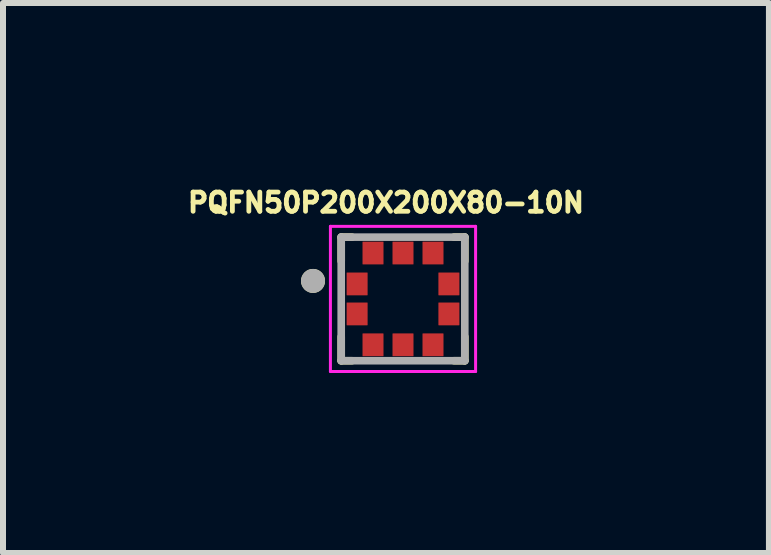
<source format=kicad_pcb>
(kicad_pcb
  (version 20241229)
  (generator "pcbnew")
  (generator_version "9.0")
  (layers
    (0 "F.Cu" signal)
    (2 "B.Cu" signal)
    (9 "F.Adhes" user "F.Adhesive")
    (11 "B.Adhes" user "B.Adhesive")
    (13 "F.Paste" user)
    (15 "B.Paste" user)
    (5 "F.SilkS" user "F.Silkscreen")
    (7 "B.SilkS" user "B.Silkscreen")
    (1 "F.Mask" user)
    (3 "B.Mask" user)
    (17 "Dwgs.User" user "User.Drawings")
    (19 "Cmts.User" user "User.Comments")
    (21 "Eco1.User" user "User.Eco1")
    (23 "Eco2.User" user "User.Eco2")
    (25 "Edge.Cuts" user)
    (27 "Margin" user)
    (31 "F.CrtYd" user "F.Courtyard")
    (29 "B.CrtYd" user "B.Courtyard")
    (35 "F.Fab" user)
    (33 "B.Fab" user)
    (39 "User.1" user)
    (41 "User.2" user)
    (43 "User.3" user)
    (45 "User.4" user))
  (footprint "PQFN50P200X200X80-10N"
    (layer "F.Cu")
    (at 3.668 1.933)
    (property "Reference" "PQFN50P200X200X80-10N" (at -0.284 -1.605 0) (layer "F.SilkS") (effects (font (size 0.32 0.32) (thickness 0.15))))
    (attr smd)
    (fp_line (start -1.03 -1.03) (end -0.85 -1.03) (stroke (width 0.127) (type solid)) (layer "F.SilkS"))
    (fp_line (start -1.03 -0.63) (end -1.03 -1.03) (stroke (width 0.127) (type solid)) (layer "F.SilkS"))
    (fp_line (start -1.03 1.03) (end -1.03 0.63) (stroke (width 0.127) (type solid)) (layer "F.SilkS"))
    (fp_line (start -0.85 1.03) (end -1.03 1.03) (stroke (width 0.127) (type solid)) (layer "F.SilkS"))
    (fp_line (start 0.85 -1.03) (end 1.03 -1.03) (stroke (width 0.127) (type solid)) (layer "F.SilkS"))
    (fp_line (start 0.85 1.03) (end 1.03 1.03) (stroke (width 0.127) (type solid)) (layer "F.SilkS"))
    (fp_line (start 1.03 -1.03) (end 1.03 -0.63) (stroke (width 0.127) (type solid)) (layer "F.SilkS"))
    (fp_line (start 1.03 1.03) (end 1.03 0.63) (stroke (width 0.127) (type solid)) (layer "F.SilkS"))
    (fp_circle (center -1.5 -0.3) (end -1.4 -0.3) (stroke (width 0.2) (type solid)) (fill no) (layer "F.SilkS"))
    (fp_line (start -1.21 -1.21) (end 1.21 -1.21) (stroke (width 0.05) (type solid)) (layer "F.CrtYd"))
    (fp_line (start -1.21 1.21) (end -1.21 -1.21) (stroke (width 0.05) (type solid)) (layer "F.CrtYd"))
    (fp_line (start 1.21 -1.21) (end 1.21 1.21) (stroke (width 0.05) (type solid)) (layer "F.CrtYd"))
    (fp_line (start 1.21 1.21) (end -1.21 1.21) (stroke (width 0.05) (type solid)) (layer "F.CrtYd"))
    (fp_line (start -1.03 -1.03) (end 1.03 -1.03) (stroke (width 0.127) (type solid)) (layer "F.Fab"))
    (fp_line (start -1.03 1.03) (end -1.03 -1.03) (stroke (width 0.127) (type solid)) (layer "F.Fab"))
    (fp_line (start 1.03 -1.03) (end 1.03 1.03) (stroke (width 0.127) (type solid)) (layer "F.Fab"))
    (fp_line (start 1.03 1.03) (end -1.03 1.03) (stroke (width 0.127) (type solid)) (layer "F.Fab"))
    (fp_circle (center -1.5 -0.3) (end -1.4 -0.3) (stroke (width 0.2) (type solid)) (fill no) (layer "F.Fab"))
    (pad "1" smd roundrect (at -0.765 -0.25 90) (size 0.38 0.35) (layers "F.Cu" "F.Mask" "F.Paste") (roundrect_rratio 0.02))
    (pad "2" smd roundrect (at -0.765 0.25 90) (size 0.38 0.35) (layers "F.Cu" "F.Mask" "F.Paste") (roundrect_rratio 0.02))
    (pad "3" smd roundrect (at -0.5 0.765 90) (size 0.38 0.35) (layers "F.Cu" "F.Mask" "F.Paste") (roundrect_rratio 0.02))
    (pad "4" smd roundrect (at 0 0.765 90) (size 0.38 0.35) (layers "F.Cu" "F.Mask" "F.Paste") (roundrect_rratio 0.02))
    (pad "5" smd roundrect (at 0.5 0.765 90) (size 0.38 0.35) (layers "F.Cu" "F.Mask" "F.Paste") (roundrect_rratio 0.02))
    (pad "6" smd roundrect (at 0.765 0.25 90) (size 0.38 0.35) (layers "F.Cu" "F.Mask" "F.Paste") (roundrect_rratio 0.02))
    (pad "7" smd roundrect (at 0.765 -0.25 90) (size 0.38 0.35) (layers "F.Cu" "F.Mask" "F.Paste") (roundrect_rratio 0.02))
    (pad "8" smd roundrect (at 0.5 -0.765 90) (size 0.38 0.35) (layers "F.Cu" "F.Mask" "F.Paste") (roundrect_rratio 0.02))
    (pad "9" smd roundrect (at 0 -0.765 90) (size 0.38 0.35) (layers "F.Cu" "F.Mask" "F.Paste") (roundrect_rratio 0.02))
    (pad "10" smd roundrect (at -0.5 -0.765 90) (size 0.38 0.35) (layers "F.Cu" "F.Mask" "F.Paste") (roundrect_rratio 0.02)))
  (gr_rect
    (start -3 -3)
    (end 9.768 6.168)
    (stroke (width 0.1) (type default))
    (fill no)
    (layer "Edge.Cuts")))
</source>
